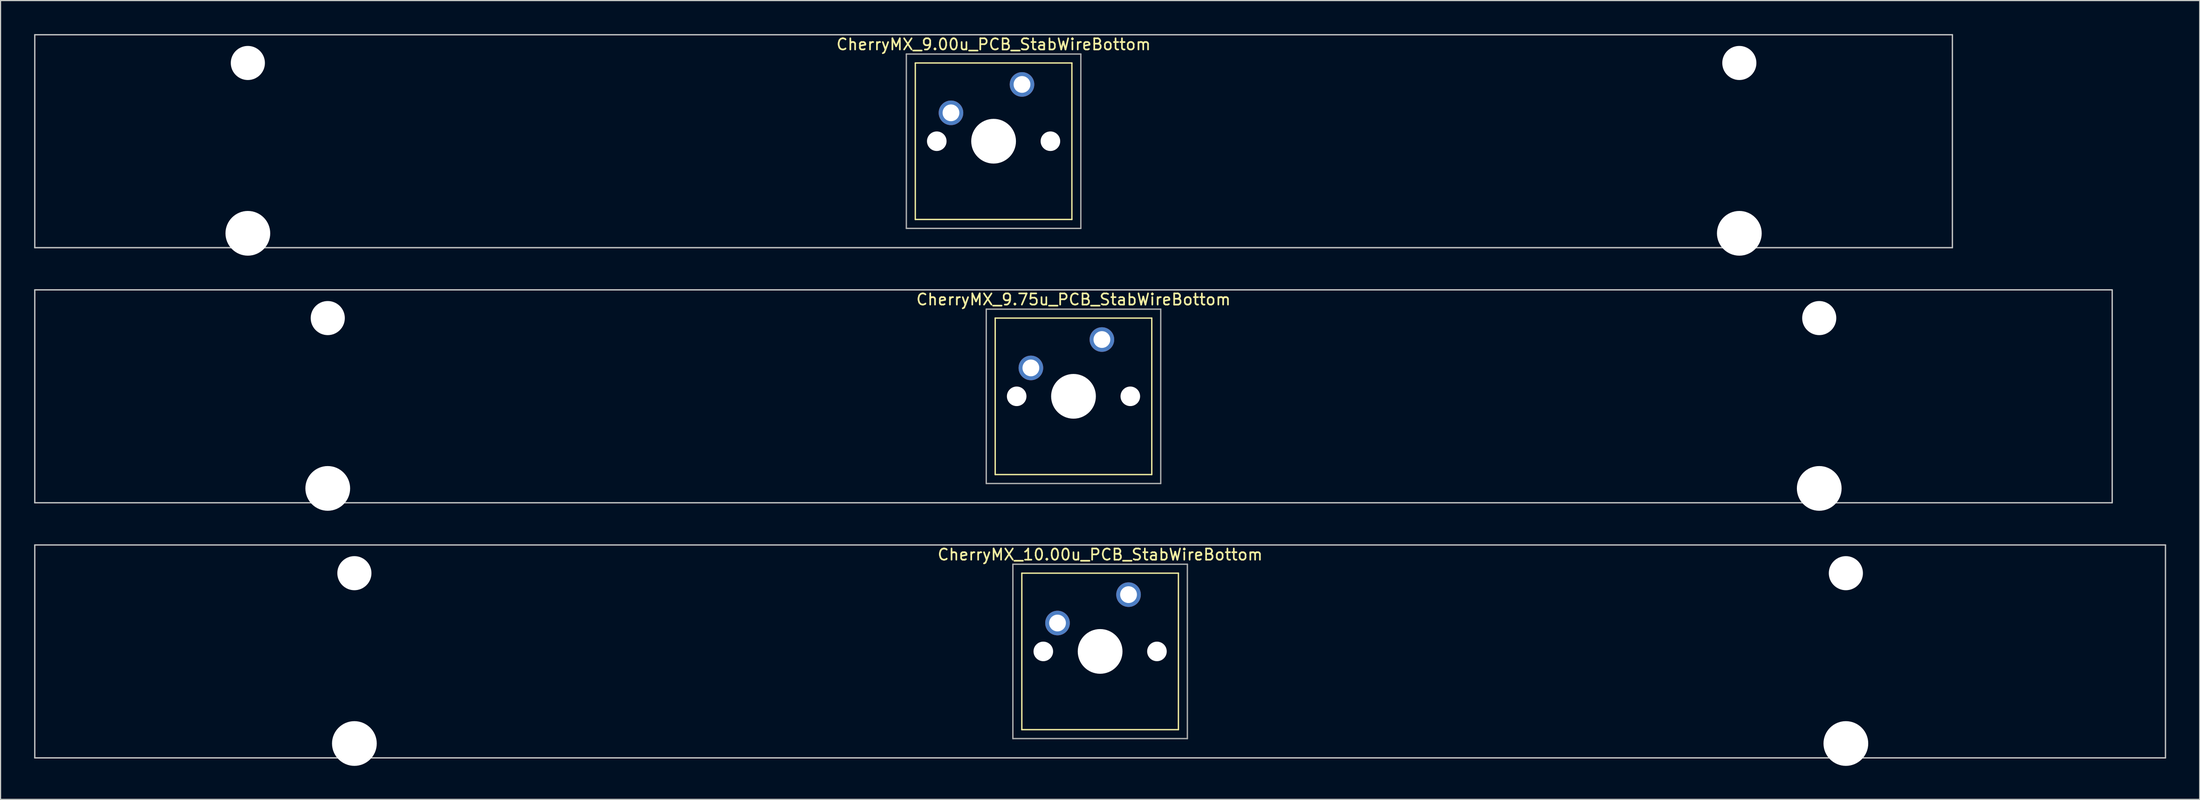
<source format=kicad_pcb>
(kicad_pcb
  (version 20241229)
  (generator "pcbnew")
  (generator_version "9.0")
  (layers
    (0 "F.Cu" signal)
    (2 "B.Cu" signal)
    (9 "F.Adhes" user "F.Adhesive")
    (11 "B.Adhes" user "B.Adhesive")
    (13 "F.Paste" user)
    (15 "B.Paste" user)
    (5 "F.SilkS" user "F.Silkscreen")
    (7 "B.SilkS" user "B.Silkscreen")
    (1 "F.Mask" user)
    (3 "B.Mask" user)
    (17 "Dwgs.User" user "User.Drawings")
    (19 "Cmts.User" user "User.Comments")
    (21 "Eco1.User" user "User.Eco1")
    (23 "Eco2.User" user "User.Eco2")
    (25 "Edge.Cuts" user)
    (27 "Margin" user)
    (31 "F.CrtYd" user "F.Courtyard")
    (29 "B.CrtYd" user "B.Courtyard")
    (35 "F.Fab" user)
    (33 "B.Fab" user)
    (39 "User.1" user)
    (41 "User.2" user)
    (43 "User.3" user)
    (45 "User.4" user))
  (footprint "CherryMX_9.00u_PCB_StabWireBottom"
    (layer "F.Cu")
    (at 85.785 9.585)
    (property "Reference" "CherryMX_9.00u_PCB_StabWireBottom" (at 0 -8.662 0) (layer "F.SilkS") (effects (font (size 1 1) (thickness 0.15))))
    (attr through_hole)
    (fp_line (start -7 -7) (end -7 7) (stroke (width 0.12) (type solid)) (layer "F.SilkS"))
    (fp_line (start -7 -7) (end 7 -7) (stroke (width 0.12) (type solid)) (layer "F.SilkS"))
    (fp_line (start 7 -7) (end 7 7) (stroke (width 0.12) (type solid)) (layer "F.SilkS"))
    (fp_line (start 7 7) (end -7 7) (stroke (width 0.12) (type solid)) (layer "F.SilkS"))
    (fp_line (start -85.725 -9.525) (end 85.725 -9.525) (stroke (width 0.12) (type solid)) (layer "Dwgs.User"))
    (fp_line (start -85.725 9.525) (end -85.725 -9.525) (stroke (width 0.12) (type solid)) (layer "Dwgs.User"))
    (fp_line (start 85.725 -9.525) (end 85.725 9.525) (stroke (width 0.12) (type solid)) (layer "Dwgs.User"))
    (fp_line (start 85.725 9.525) (end -85.725 9.525) (stroke (width 0.12) (type solid)) (layer "Dwgs.User"))
    (fp_line (start -7.8 -7.8) (end -7.8 7.8) (stroke (width 0.12) (type solid)) (layer "F.Fab"))
    (fp_line (start -7.8 -7.8) (end 7.8 -7.8) (stroke (width 0.12) (type solid)) (layer "F.Fab"))
    (fp_line (start -7.8 7.8) (end 7.8 7.8) (stroke (width 0.12) (type solid)) (layer "F.Fab"))
    (fp_line (start 7.8 -7.8) (end 7.8 7.8) (stroke (width 0.12) (type solid)) (layer "F.Fab"))
    (pad "" np_thru_hole circle (at -66.675 -7) (size 3.05 3.05) (drill 3.05) (layers "*.Cu" "*.Mask"))
    (pad "" np_thru_hole circle (at -66.675 8.24) (size 4 4) (drill 4) (layers "*.Cu" "*.Mask"))
    (pad "" np_thru_hole circle (at -5.08 0) (size 1.75 1.75) (drill 1.75) (layers "*.Cu" "*.Mask"))
    (pad "" np_thru_hole circle (at 0 0) (size 4 4) (drill 4) (layers "*.Cu" "*.Mask"))
    (pad "" np_thru_hole circle (at 5.08 0) (size 1.75 1.75) (drill 1.75) (layers "*.Cu" "*.Mask"))
    (pad "" np_thru_hole circle (at 66.675 -7) (size 3.05 3.05) (drill 3.05) (layers "*.Cu" "*.Mask"))
    (pad "" np_thru_hole circle (at 66.675 8.24) (size 4 4) (drill 4) (layers "*.Cu" "*.Mask"))
    (pad "1" thru_hole circle (at -3.81 -2.54) (size 2.2 2.2) (drill 1.5) (layers "*.Cu" "*.Mask"))
    (pad "2" thru_hole circle (at 2.54 -5.08) (size 2.2 2.2) (drill 1.5) (layers "*.Cu" "*.Mask")))
  (footprint "CherryMX_10.00u_PCB_StabWireBottom"
    (layer "F.Cu")
    (at 95.31 55.235)
    (property "Reference" "CherryMX_10.00u_PCB_StabWireBottom" (at 0 -8.662 0) (layer "F.SilkS") (effects (font (size 1 1) (thickness 0.15))))
    (attr through_hole)
    (fp_line (start -7 -7) (end -7 7) (stroke (width 0.12) (type solid)) (layer "F.SilkS"))
    (fp_line (start -7 -7) (end 7 -7) (stroke (width 0.12) (type solid)) (layer "F.SilkS"))
    (fp_line (start 7 -7) (end 7 7) (stroke (width 0.12) (type solid)) (layer "F.SilkS"))
    (fp_line (start 7 7) (end -7 7) (stroke (width 0.12) (type solid)) (layer "F.SilkS"))
    (fp_line (start -95.25 -9.525) (end 95.25 -9.525) (stroke (width 0.12) (type solid)) (layer "Dwgs.User"))
    (fp_line (start -95.25 9.525) (end -95.25 -9.525) (stroke (width 0.12) (type solid)) (layer "Dwgs.User"))
    (fp_line (start 95.25 -9.525) (end 95.25 9.525) (stroke (width 0.12) (type solid)) (layer "Dwgs.User"))
    (fp_line (start 95.25 9.525) (end -95.25 9.525) (stroke (width 0.12) (type solid)) (layer "Dwgs.User"))
    (fp_line (start -7.8 -7.8) (end -7.8 7.8) (stroke (width 0.12) (type solid)) (layer "F.Fab"))
    (fp_line (start -7.8 -7.8) (end 7.8 -7.8) (stroke (width 0.12) (type solid)) (layer "F.Fab"))
    (fp_line (start -7.8 7.8) (end 7.8 7.8) (stroke (width 0.12) (type solid)) (layer "F.Fab"))
    (fp_line (start 7.8 -7.8) (end 7.8 7.8) (stroke (width 0.12) (type solid)) (layer "F.Fab"))
    (pad "" np_thru_hole circle (at -66.675 -7) (size 3.05 3.05) (drill 3.05) (layers "*.Cu" "*.Mask"))
    (pad "" np_thru_hole circle (at -66.675 8.24) (size 4 4) (drill 4) (layers "*.Cu" "*.Mask"))
    (pad "" np_thru_hole circle (at -5.08 0) (size 1.75 1.75) (drill 1.75) (layers "*.Cu" "*.Mask"))
    (pad "" np_thru_hole circle (at 0 0) (size 4 4) (drill 4) (layers "*.Cu" "*.Mask"))
    (pad "" np_thru_hole circle (at 5.08 0) (size 1.75 1.75) (drill 1.75) (layers "*.Cu" "*.Mask"))
    (pad "" np_thru_hole circle (at 66.675 -7) (size 3.05 3.05) (drill 3.05) (layers "*.Cu" "*.Mask"))
    (pad "" np_thru_hole circle (at 66.675 8.24) (size 4 4) (drill 4) (layers "*.Cu" "*.Mask"))
    (pad "1" thru_hole circle (at -3.81 -2.54) (size 2.2 2.2) (drill 1.5) (layers "*.Cu" "*.Mask"))
    (pad "2" thru_hole circle (at 2.54 -5.08) (size 2.2 2.2) (drill 1.5) (layers "*.Cu" "*.Mask")))
  (footprint "CherryMX_9.75u_PCB_StabWireBottom"
    (layer "F.Cu")
    (at 92.929 32.41)
    (property "Reference" "CherryMX_9.75u_PCB_StabWireBottom" (at 0 -8.662 0) (layer "F.SilkS") (effects (font (size 1 1) (thickness 0.15))))
    (attr through_hole)
    (fp_line (start -7 -7) (end -7 7) (stroke (width 0.12) (type solid)) (layer "F.SilkS"))
    (fp_line (start -7 -7) (end 7 -7) (stroke (width 0.12) (type solid)) (layer "F.SilkS"))
    (fp_line (start 7 -7) (end 7 7) (stroke (width 0.12) (type solid)) (layer "F.SilkS"))
    (fp_line (start 7 7) (end -7 7) (stroke (width 0.12) (type solid)) (layer "F.SilkS"))
    (fp_line (start -92.869 -9.525) (end 92.869 -9.525) (stroke (width 0.12) (type solid)) (layer "Dwgs.User"))
    (fp_line (start -92.869 9.525) (end -92.869 -9.525) (stroke (width 0.12) (type solid)) (layer "Dwgs.User"))
    (fp_line (start 92.869 -9.525) (end 92.869 9.525) (stroke (width 0.12) (type solid)) (layer "Dwgs.User"))
    (fp_line (start 92.869 9.525) (end -92.869 9.525) (stroke (width 0.12) (type solid)) (layer "Dwgs.User"))
    (fp_line (start -7.8 -7.8) (end -7.8 7.8) (stroke (width 0.12) (type solid)) (layer "F.Fab"))
    (fp_line (start -7.8 -7.8) (end 7.8 -7.8) (stroke (width 0.12) (type solid)) (layer "F.Fab"))
    (fp_line (start -7.8 7.8) (end 7.8 7.8) (stroke (width 0.12) (type solid)) (layer "F.Fab"))
    (fp_line (start 7.8 -7.8) (end 7.8 7.8) (stroke (width 0.12) (type solid)) (layer "F.Fab"))
    (pad "" np_thru_hole circle (at -66.675 -7) (size 3.05 3.05) (drill 3.05) (layers "*.Cu" "*.Mask"))
    (pad "" np_thru_hole circle (at -66.675 8.24) (size 4 4) (drill 4) (layers "*.Cu" "*.Mask"))
    (pad "" np_thru_hole circle (at -5.08 0) (size 1.75 1.75) (drill 1.75) (layers "*.Cu" "*.Mask"))
    (pad "" np_thru_hole circle (at 0 0) (size 4 4) (drill 4) (layers "*.Cu" "*.Mask"))
    (pad "" np_thru_hole circle (at 5.08 0) (size 1.75 1.75) (drill 1.75) (layers "*.Cu" "*.Mask"))
    (pad "" np_thru_hole circle (at 66.675 -7) (size 3.05 3.05) (drill 3.05) (layers "*.Cu" "*.Mask"))
    (pad "" np_thru_hole circle (at 66.675 8.24) (size 4 4) (drill 4) (layers "*.Cu" "*.Mask"))
    (pad "1" thru_hole circle (at -3.81 -2.54) (size 2.2 2.2) (drill 1.5) (layers "*.Cu" "*.Mask"))
    (pad "2" thru_hole circle (at 2.54 -5.08) (size 2.2 2.2) (drill 1.5) (layers "*.Cu" "*.Mask")))
  (gr_rect
    (start -3 -3)
    (end 193.62 68.475)
    (stroke (width 0.1) (type default))
    (fill no)
    (layer "Edge.Cuts")))
</source>
